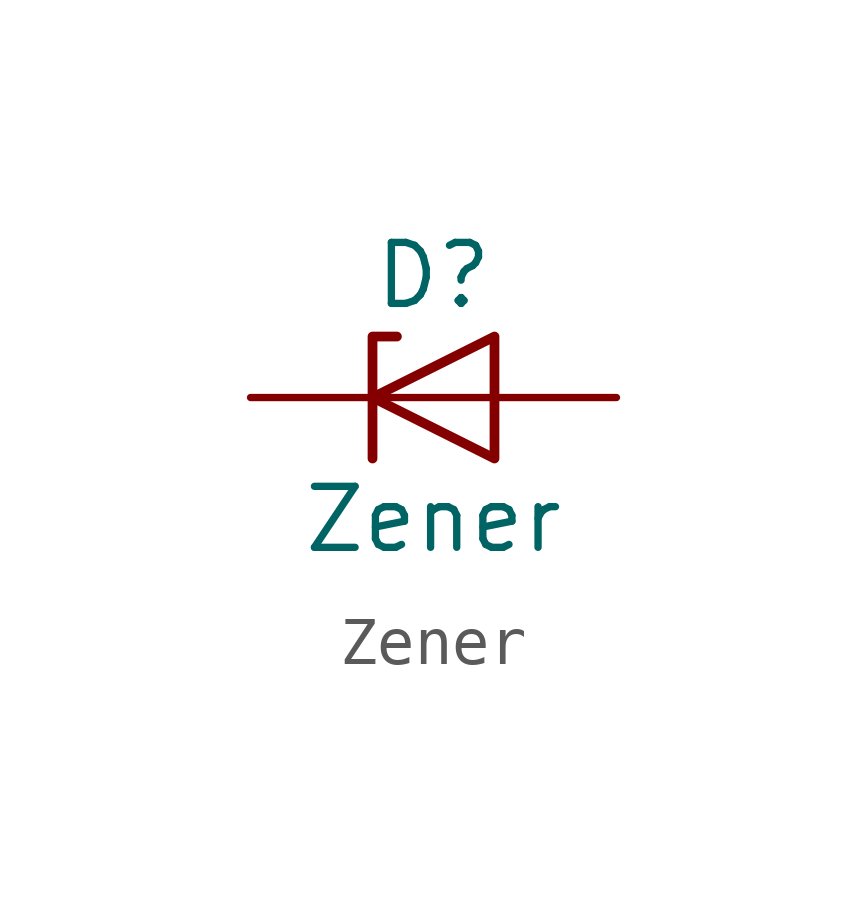
<source format=kicad_sym>
(kicad_symbol_lib
  (version 20241209)
  (generator "kicad_symbol_editor")
  (generator_version "9.0")
  (symbol "Zener"
    (pin_numbers
      (hide yes))
    (pin_names
      (offset 1.016)
      (hide yes))
    (property "Reference" "D"
      (at 0 2.54 0)
      (effects (font (size 1.27 1.27))))
    (property "Value" "Zener"
      (at 0 -2.54 0)
      (effects (font (size 1.27 1.27))))
    (symbol "Zener_0_1"
      (polyline (pts (xy -1.27 -1.27) (xy -1.27 1.27) (xy -0.762 1.27)) (stroke (width 0.203) (type solid)) (fill (type none)))
      (polyline (pts (xy 1.27 0) (xy -1.27 0)) (stroke (width 0) (type solid)) (fill (type none)))
      (polyline (pts (xy 1.27 -1.27) (xy 1.27 1.27) (xy -1.27 0) (xy 1.27 -1.27)) (stroke (width 0.203) (type solid)) (fill (type none))))
    (symbol "Zener_1_1"
      (pin passive line (at -3.81 0 0) (length 2.54) (name "K" (effects (font (size 1.27 1.27)))) (number "1" (effects (font (size 1.27 1.27)))))
      (pin passive line (at 3.81 0 180) (length 2.54) (name "A" (effects (font (size 1.27 1.27)))) (number "2" (effects (font (size 1.27 1.27))))))))
</source>
